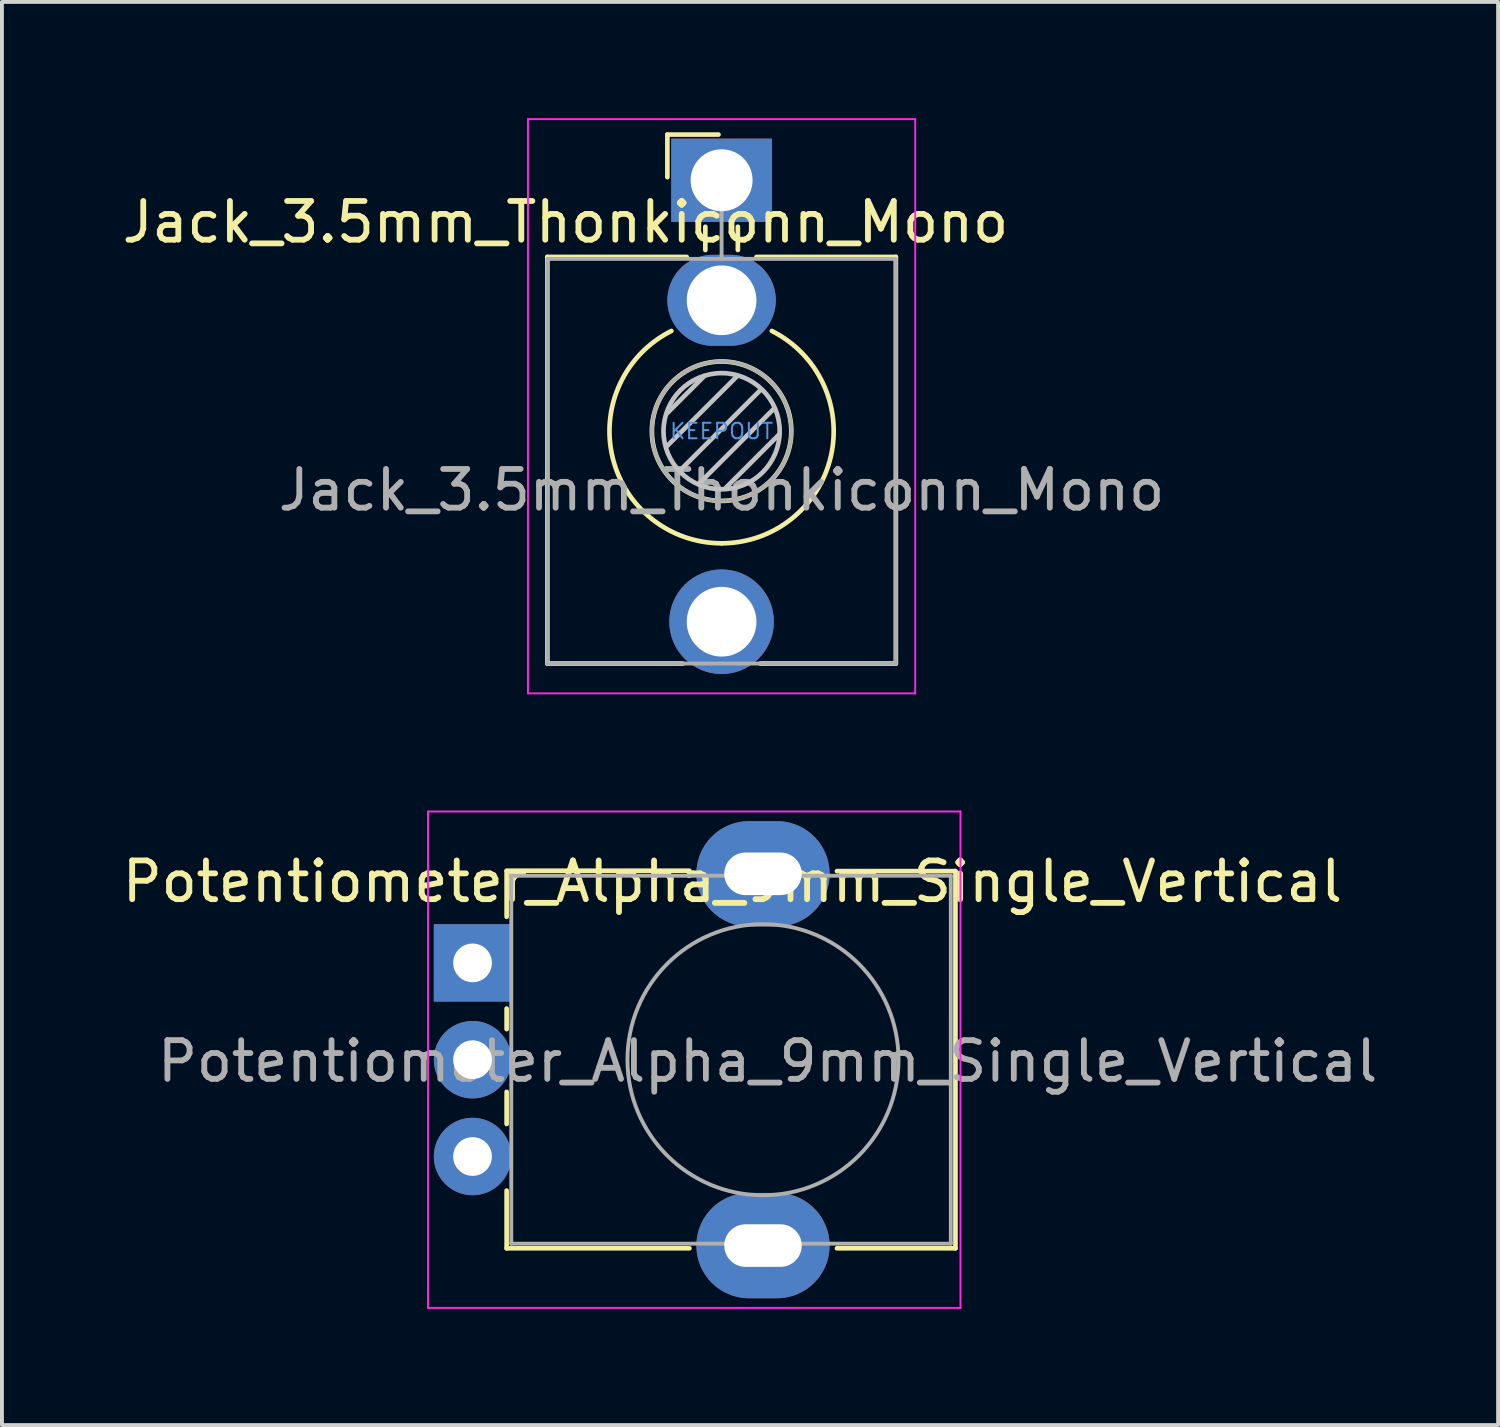
<source format=kicad_pcb>
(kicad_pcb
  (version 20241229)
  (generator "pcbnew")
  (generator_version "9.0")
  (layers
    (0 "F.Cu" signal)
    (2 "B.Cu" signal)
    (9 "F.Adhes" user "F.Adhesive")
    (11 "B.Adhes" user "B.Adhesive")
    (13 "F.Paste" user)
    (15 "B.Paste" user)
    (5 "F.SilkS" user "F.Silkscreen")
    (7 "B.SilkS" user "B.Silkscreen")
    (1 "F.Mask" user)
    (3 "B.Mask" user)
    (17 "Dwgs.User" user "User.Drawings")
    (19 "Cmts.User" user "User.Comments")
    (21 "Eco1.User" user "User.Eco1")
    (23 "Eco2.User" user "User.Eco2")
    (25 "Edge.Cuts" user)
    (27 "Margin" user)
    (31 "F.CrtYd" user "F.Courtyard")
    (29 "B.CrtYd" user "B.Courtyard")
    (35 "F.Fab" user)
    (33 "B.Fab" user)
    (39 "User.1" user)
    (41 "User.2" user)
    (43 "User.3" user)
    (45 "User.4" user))
  (footprint "Potentiometer_Alpha_9mm_Single_Vertical"
    (layer "F.Cu")
    (at 9.153 24.355)
    (property "Reference" "Potentiometer_Alpha_9mm_Single_Vertical" (at 6.71 -4.64 180) (layer "F.SilkS") (effects (font (size 1 1) (thickness 0.15))))
    (attr through_hole)
    (fp_line (start 0.88 -4.92) (end 5.6 -4.92) (stroke (width 0.12) (type solid)) (layer "F.SilkS"))
    (fp_line (start 0.88 -3.73) (end 0.88 -4.91) (stroke (width 0.12) (type solid)) (layer "F.SilkS"))
    (fp_line (start 0.88 -0.83) (end 0.88 -1.36) (stroke (width 0.12) (type solid)) (layer "F.SilkS"))
    (fp_line (start 0.88 1.62) (end 0.88 0.79) (stroke (width 0.12) (type solid)) (layer "F.SilkS"))
    (fp_line (start 0.88 4.83) (end 0.88 3.34) (stroke (width 0.12) (type solid)) (layer "F.SilkS"))
    (fp_line (start 0.88 4.83) (end 5.6 4.83) (stroke (width 0.12) (type solid)) (layer "F.SilkS"))
    (fp_line (start 9.41 -4.91) (end 12.47 -4.91) (stroke (width 0.12) (type solid)) (layer "F.SilkS"))
    (fp_line (start 9.41 4.83) (end 12.47 4.83) (stroke (width 0.12) (type solid)) (layer "F.SilkS"))
    (fp_line (start 12.47 4.83) (end 12.47 -4.91) (stroke (width 0.12) (type solid)) (layer "F.SilkS"))
    (fp_line (start -1.15 -6.45) (end -1.15 6.37) (stroke (width 0.05) (type solid)) (layer "F.CrtYd"))
    (fp_line (start -1.15 6.37) (end 12.6 6.37) (stroke (width 0.05) (type solid)) (layer "F.CrtYd"))
    (fp_line (start 12.6 -6.45) (end -1.15 -6.45) (stroke (width 0.05) (type solid)) (layer "F.CrtYd"))
    (fp_line (start 12.6 6.37) (end 12.6 -6.45) (stroke (width 0.05) (type solid)) (layer "F.CrtYd"))
    (fp_line (start 1 -4.79) (end 12.35 -4.79) (stroke (width 0.1) (type solid)) (layer "F.Fab"))
    (fp_line (start 1 4.71) (end 1 -4.79) (stroke (width 0.1) (type solid)) (layer "F.Fab"))
    (fp_line (start 1 4.71) (end 12.35 4.71) (stroke (width 0.1) (type solid)) (layer "F.Fab"))
    (fp_line (start 12.35 4.71) (end 12.35 -4.79) (stroke (width 0.1) (type solid)) (layer "F.Fab"))
    (fp_circle (center 7.5 -0.04) (end 7.5 -3.54) (stroke (width 0.1) (type solid)) (fill no) (layer "F.Fab"))
    (fp_text user "${REFERENCE}" (at 7.62 0 0) (layer "F.Fab") (effects (font (size 1 1) (thickness 0.15))))
    (pad "" thru_hole oval (at 7.5 -4.84 90) (size 2.72 3.44) (drill oval 1.1 2) (layers "*.Cu" "*.Mask"))
    (pad "" thru_hole oval (at 7.5 4.76 90) (size 2.72 3.44) (drill oval 1.1 2) (layers "*.Cu" "*.Mask"))
    (pad "1" thru_hole rect (at 0 -2.54 90) (size 2 2) (drill 1) (layers "*.Cu" "*.Mask"))
    (pad "2" thru_hole circle (at 0 -0.04 90) (size 2 2) (drill 1) (layers "*.Cu" "*.Mask"))
    (pad "3" thru_hole circle (at 0 2.46 90) (size 2 2) (drill 1) (layers "*.Cu" "*.Mask")))
  (footprint "Jack_3.5mm_Thonkiconn_Mono"
    (layer "F.Cu")
    (at 15.584 1.605)
    (property "Reference" "Jack_3.5mm_Thonkiconn_Mono" (at -4.03 1.08 180) (layer "F.SilkS") (effects (font (size 1 1) (thickness 0.15))))
    (attr through_hole)
    (fp_line (start -4.5 1.98) (end -4.5 12.48) (stroke (width 0.12) (type solid)) (layer "F.SilkS"))
    (fp_line (start -1.4 -1.18) (end -1.4 -0.08) (stroke (width 0.12) (type solid)) (layer "F.SilkS"))
    (fp_line (start -1.4 -1.18) (end -0.08 -1.18) (stroke (width 0.12) (type solid)) (layer "F.SilkS"))
    (fp_line (start -1 12.48) (end -4.5 12.48) (stroke (width 0.12) (type solid)) (layer "F.SilkS"))
    (fp_line (start -0.9 1.98) (end -4.5 1.98) (stroke (width 0.12) (type solid)) (layer "F.SilkS"))
    (fp_line (start -0.42 1.2) (end -0.42 1.8) (stroke (width 0.12) (type solid)) (layer "F.SilkS"))
    (fp_line (start 0.42 1.2) (end 0.42 1.8) (stroke (width 0.12) (type solid)) (layer "F.SilkS"))
    (fp_line (start 4.5 1.98) (end 0.9 1.98) (stroke (width 0.12) (type solid)) (layer "F.SilkS"))
    (fp_line (start 4.5 1.98) (end 4.5 12.48) (stroke (width 0.12) (type solid)) (layer "F.SilkS"))
    (fp_line (start 4.5 12.48) (end 1 12.48) (stroke (width 0.12) (type solid)) (layer "F.SilkS"))
    (fp_arc (start 0 9.375) (mid -2.817353 7.145994) (end -1.296263 3.891423) (stroke (width 0.12) (type solid)) (layer "F.SilkS"))
    (fp_arc (start 1.296263 3.891423) (mid 2.817353 7.145994) (end 0 9.375) (stroke (width 0.12) (type solid)) (layer "F.SilkS"))
    (fp_circle (center 0 6.48) (end 1.8 6.48) (stroke (width 0.12) (type solid)) (fill no) (layer "F.SilkS"))
    (fp_line (start -1.42 6.875) (end 0.4 5.06) (stroke (width 0.12) (type solid)) (layer "Dwgs.User"))
    (fp_line (start -1.41 6.02) (end -0.46 5.07) (stroke (width 0.12) (type solid)) (layer "Dwgs.User"))
    (fp_line (start -1.07 7.49) (end 1.01 5.41) (stroke (width 0.12) (type solid)) (layer "Dwgs.User"))
    (fp_line (start -0.58 7.83) (end 1.36 5.89) (stroke (width 0.12) (type solid)) (layer "Dwgs.User"))
    (fp_line (start 0.09 7.96) (end 1.48 6.57) (stroke (width 0.12) (type solid)) (layer "Dwgs.User"))
    (fp_circle (center 0 6.48) (end 1.5 6.48) (stroke (width 0.12) (type solid)) (fill no) (layer "Dwgs.User"))
    (fp_line (start -5 13.25) (end -5 -1.58) (stroke (width 0.05) (type solid)) (layer "F.CrtYd"))
    (fp_line (start 5 -1.58) (end -5 -1.58) (stroke (width 0.05) (type solid)) (layer "F.CrtYd"))
    (fp_line (start 5 13.25) (end -5 13.25) (stroke (width 0.05) (type solid)) (layer "F.CrtYd"))
    (fp_line (start 5 13.25) (end 5 -1.58) (stroke (width 0.05) (type solid)) (layer "F.CrtYd"))
    (fp_line (start -4.5 12.48) (end -4.5 2.08) (stroke (width 0.1) (type solid)) (layer "F.Fab"))
    (fp_line (start 0 0) (end 0 2.03) (stroke (width 0.1) (type solid)) (layer "F.Fab"))
    (fp_line (start 4.5 2.03) (end -4.5 2.03) (stroke (width 0.1) (type solid)) (layer "F.Fab"))
    (fp_line (start 4.5 12.48) (end -4.5 12.48) (stroke (width 0.1) (type solid)) (layer "F.Fab"))
    (fp_line (start 4.5 12.48) (end 4.5 2.08) (stroke (width 0.1) (type solid)) (layer "F.Fab"))
    (fp_circle (center 0 6.48) (end 1.8 6.48) (stroke (width 0.1) (type solid)) (fill no) (layer "F.Fab"))
    (fp_text user "KEEPOUT" (at 0 6.48 0) (layer "Cmts.User") (effects (font (size 0.4 0.4) (thickness 0.051))))
    (fp_text user "${REFERENCE}" (at 0 8 180) (layer "F.Fab") (effects (font (size 1 1) (thickness 0.15))))
    (pad "1" thru_hole rect (at 0 0 180) (size 2.6 2.15) (drill 1.6) (layers "*.Cu" "*.Mask"))
    (pad "2" thru_hole oval (at 0 3.1 180) (size 2.8 2.35) (drill 1.8) (layers "*.Cu" "*.Mask"))
    (pad "3" thru_hole circle (at 0 11.4 180) (size 2.7 2.7) (drill 1.8) (layers "*.Cu" "*.Mask")))
  (gr_rect
    (start -3 -3)
    (end 35.636 33.75)
    (stroke (width 0.1) (type default))
    (fill no)
    (layer "Edge.Cuts")))
</source>
